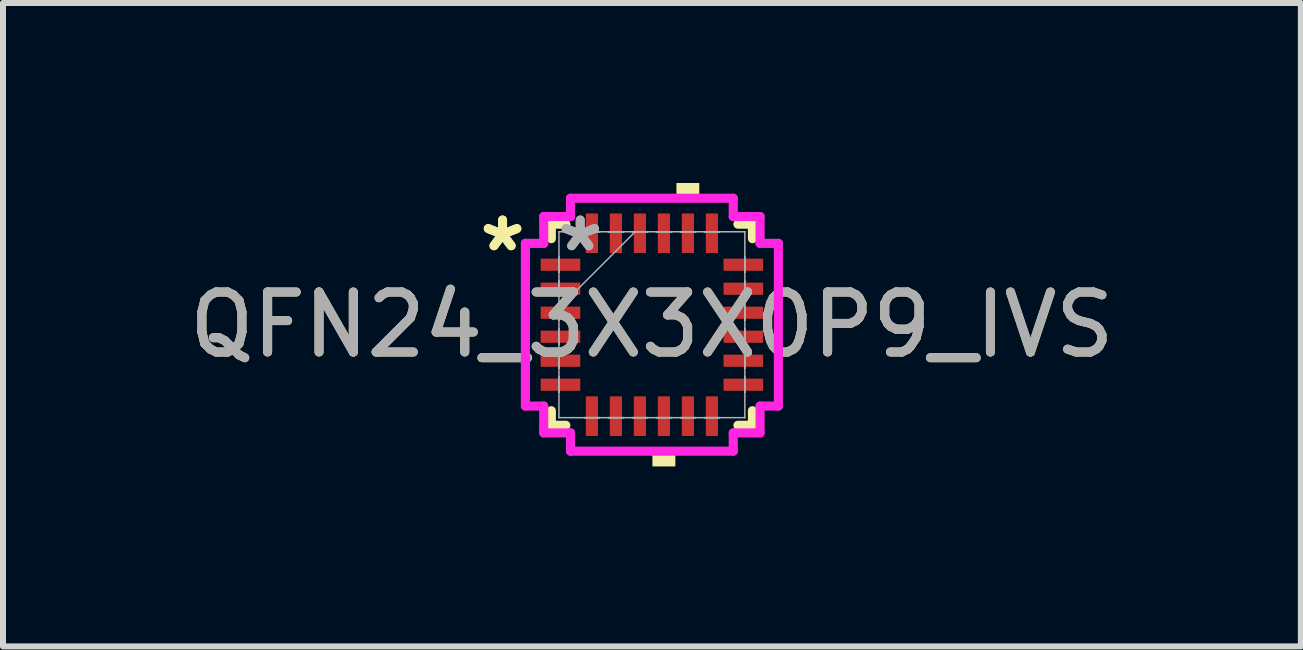
<source format=kicad_pcb>
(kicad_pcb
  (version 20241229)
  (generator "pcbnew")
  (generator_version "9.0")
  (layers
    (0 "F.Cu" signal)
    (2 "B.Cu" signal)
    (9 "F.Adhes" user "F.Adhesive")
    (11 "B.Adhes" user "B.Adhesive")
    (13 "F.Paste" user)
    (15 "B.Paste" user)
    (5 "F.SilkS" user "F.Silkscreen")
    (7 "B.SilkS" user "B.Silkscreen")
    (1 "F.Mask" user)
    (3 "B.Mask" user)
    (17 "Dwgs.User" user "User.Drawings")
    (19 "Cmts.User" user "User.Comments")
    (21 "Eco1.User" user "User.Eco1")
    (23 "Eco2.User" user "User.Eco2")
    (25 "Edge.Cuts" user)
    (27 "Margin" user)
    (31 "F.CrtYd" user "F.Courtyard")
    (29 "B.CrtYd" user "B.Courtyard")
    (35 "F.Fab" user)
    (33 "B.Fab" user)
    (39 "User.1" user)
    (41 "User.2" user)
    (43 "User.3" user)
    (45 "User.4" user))
  (footprint "QFN24_3X3X0P9_IVS"
    (layer "F.Cu")
    (at 7.815 2.362)
    (property "Reference" "QFN24_3X3X0P9_IVS" (at 0 0 0) (unlocked yes) (layer "F.SilkS") (effects (font (size 1 1) (thickness 0.15))))
    (attr smd)
    (fp_line (start -1.676 -1.676) (end -1.676 -1.434) (stroke (width 0.152) (type solid)) (layer "F.SilkS"))
    (fp_line (start -1.676 1.434) (end -1.676 1.676) (stroke (width 0.152) (type solid)) (layer "F.SilkS"))
    (fp_line (start -1.676 1.676) (end -1.434 1.676) (stroke (width 0.152) (type solid)) (layer "F.SilkS"))
    (fp_line (start -1.434 -1.676) (end -1.676 -1.676) (stroke (width 0.152) (type solid)) (layer "F.SilkS"))
    (fp_line (start 1.434 1.676) (end 1.676 1.676) (stroke (width 0.152) (type solid)) (layer "F.SilkS"))
    (fp_line (start 1.676 -1.676) (end 1.434 -1.676) (stroke (width 0.152) (type solid)) (layer "F.SilkS"))
    (fp_line (start 1.676 -1.434) (end 1.676 -1.676) (stroke (width 0.152) (type solid)) (layer "F.SilkS"))
    (fp_line (start 1.676 1.676) (end 1.676 1.434) (stroke (width 0.152) (type solid)) (layer "F.SilkS"))
    (fp_poly (pts (xy 0.009 2.108) (xy 0.009 2.362) (xy 0.391 2.362) (xy 0.391 2.108)) (stroke (width 0) (type solid)) (fill yes) (layer "F.SilkS"))
    (fp_poly (pts (xy 0.409 -2.108) (xy 0.409 -2.362) (xy 0.79 -2.362) (xy 0.79 -2.108)) (stroke (width 0) (type solid)) (fill yes) (layer "F.SilkS"))
    (fp_line (start -2.108 -1.356) (end -1.803 -1.356) (stroke (width 0.152) (type solid)) (layer "F.CrtYd"))
    (fp_line (start -2.108 1.356) (end -2.108 -1.356) (stroke (width 0.152) (type solid)) (layer "F.CrtYd"))
    (fp_line (start -1.803 -1.803) (end -1.356 -1.803) (stroke (width 0.152) (type solid)) (layer "F.CrtYd"))
    (fp_line (start -1.803 -1.356) (end -1.803 -1.803) (stroke (width 0.152) (type solid)) (layer "F.CrtYd"))
    (fp_line (start -1.803 1.356) (end -2.108 1.356) (stroke (width 0.152) (type solid)) (layer "F.CrtYd"))
    (fp_line (start -1.803 1.803) (end -1.803 1.356) (stroke (width 0.152) (type solid)) (layer "F.CrtYd"))
    (fp_line (start -1.356 -2.108) (end 1.356 -2.108) (stroke (width 0.152) (type solid)) (layer "F.CrtYd"))
    (fp_line (start -1.356 -1.803) (end -1.356 -2.108) (stroke (width 0.152) (type solid)) (layer "F.CrtYd"))
    (fp_line (start -1.356 1.803) (end -1.803 1.803) (stroke (width 0.152) (type solid)) (layer "F.CrtYd"))
    (fp_line (start -1.356 2.108) (end -1.356 1.803) (stroke (width 0.152) (type solid)) (layer "F.CrtYd"))
    (fp_line (start 1.356 -2.108) (end 1.356 -1.803) (stroke (width 0.152) (type solid)) (layer "F.CrtYd"))
    (fp_line (start 1.356 -1.803) (end 1.803 -1.803) (stroke (width 0.152) (type solid)) (layer "F.CrtYd"))
    (fp_line (start 1.356 1.803) (end 1.356 2.108) (stroke (width 0.152) (type solid)) (layer "F.CrtYd"))
    (fp_line (start 1.356 2.108) (end -1.356 2.108) (stroke (width 0.152) (type solid)) (layer "F.CrtYd"))
    (fp_line (start 1.803 -1.803) (end 1.803 -1.356) (stroke (width 0.152) (type solid)) (layer "F.CrtYd"))
    (fp_line (start 1.803 -1.356) (end 2.108 -1.356) (stroke (width 0.152) (type solid)) (layer "F.CrtYd"))
    (fp_line (start 1.803 1.356) (end 1.803 1.803) (stroke (width 0.152) (type solid)) (layer "F.CrtYd"))
    (fp_line (start 1.803 1.803) (end 1.356 1.803) (stroke (width 0.152) (type solid)) (layer "F.CrtYd"))
    (fp_line (start 2.108 -1.356) (end 2.108 1.356) (stroke (width 0.152) (type solid)) (layer "F.CrtYd"))
    (fp_line (start 2.108 1.356) (end 1.803 1.356) (stroke (width 0.152) (type solid)) (layer "F.CrtYd"))
    (fp_line (start -1.549 -1.549) (end -1.549 -1.549) (stroke (width 0.025) (type solid)) (layer "F.Fab"))
    (fp_line (start -1.549 -1.549) (end -1.549 1.549) (stroke (width 0.025) (type solid)) (layer "F.Fab"))
    (fp_line (start -1.549 -1.127) (end -1.549 -1.127) (stroke (width 0.025) (type solid)) (layer "F.Fab"))
    (fp_line (start -1.549 -1.127) (end -1.549 -0.873) (stroke (width 0.025) (type solid)) (layer "F.Fab"))
    (fp_line (start -1.549 -0.873) (end -1.549 -1.127) (stroke (width 0.025) (type solid)) (layer "F.Fab"))
    (fp_line (start -1.549 -0.873) (end -1.549 -0.873) (stroke (width 0.025) (type solid)) (layer "F.Fab"))
    (fp_line (start -1.549 -0.727) (end -1.549 -0.727) (stroke (width 0.025) (type solid)) (layer "F.Fab"))
    (fp_line (start -1.549 -0.727) (end -1.549 -0.473) (stroke (width 0.025) (type solid)) (layer "F.Fab"))
    (fp_line (start -1.549 -0.473) (end -1.549 -0.727) (stroke (width 0.025) (type solid)) (layer "F.Fab"))
    (fp_line (start -1.549 -0.473) (end -1.549 -0.473) (stroke (width 0.025) (type solid)) (layer "F.Fab"))
    (fp_line (start -1.549 -0.327) (end -1.549 -0.327) (stroke (width 0.025) (type solid)) (layer "F.Fab"))
    (fp_line (start -1.549 -0.327) (end -1.549 -0.073) (stroke (width 0.025) (type solid)) (layer "F.Fab"))
    (fp_line (start -1.549 -0.279) (end -0.279 -1.549) (stroke (width 0.025) (type solid)) (layer "F.Fab"))
    (fp_line (start -1.549 -0.073) (end -1.549 -0.327) (stroke (width 0.025) (type solid)) (layer "F.Fab"))
    (fp_line (start -1.549 -0.073) (end -1.549 -0.073) (stroke (width 0.025) (type solid)) (layer "F.Fab"))
    (fp_line (start -1.549 0.073) (end -1.549 0.073) (stroke (width 0.025) (type solid)) (layer "F.Fab"))
    (fp_line (start -1.549 0.073) (end -1.549 0.327) (stroke (width 0.025) (type solid)) (layer "F.Fab"))
    (fp_line (start -1.549 0.327) (end -1.549 0.073) (stroke (width 0.025) (type solid)) (layer "F.Fab"))
    (fp_line (start -1.549 0.327) (end -1.549 0.327) (stroke (width 0.025) (type solid)) (layer "F.Fab"))
    (fp_line (start -1.549 0.473) (end -1.549 0.473) (stroke (width 0.025) (type solid)) (layer "F.Fab"))
    (fp_line (start -1.549 0.473) (end -1.549 0.727) (stroke (width 0.025) (type solid)) (layer "F.Fab"))
    (fp_line (start -1.549 0.727) (end -1.549 0.473) (stroke (width 0.025) (type solid)) (layer "F.Fab"))
    (fp_line (start -1.549 0.727) (end -1.549 0.727) (stroke (width 0.025) (type solid)) (layer "F.Fab"))
    (fp_line (start -1.549 0.873) (end -1.549 0.873) (stroke (width 0.025) (type solid)) (layer "F.Fab"))
    (fp_line (start -1.549 0.873) (end -1.549 1.127) (stroke (width 0.025) (type solid)) (layer "F.Fab"))
    (fp_line (start -1.549 1.127) (end -1.549 0.873) (stroke (width 0.025) (type solid)) (layer "F.Fab"))
    (fp_line (start -1.549 1.127) (end -1.549 1.127) (stroke (width 0.025) (type solid)) (layer "F.Fab"))
    (fp_line (start -1.549 1.549) (end -1.549 1.549) (stroke (width 0.025) (type solid)) (layer "F.Fab"))
    (fp_line (start -1.549 1.549) (end 1.549 1.549) (stroke (width 0.025) (type solid)) (layer "F.Fab"))
    (fp_line (start -1.127 -1.549) (end -1.127 -1.549) (stroke (width 0.025) (type solid)) (layer "F.Fab"))
    (fp_line (start -1.127 -1.549) (end -0.873 -1.549) (stroke (width 0.025) (type solid)) (layer "F.Fab"))
    (fp_line (start -1.127 1.549) (end -1.127 1.549) (stroke (width 0.025) (type solid)) (layer "F.Fab"))
    (fp_line (start -1.127 1.549) (end -0.873 1.549) (stroke (width 0.025) (type solid)) (layer "F.Fab"))
    (fp_line (start -0.873 -1.549) (end -1.127 -1.549) (stroke (width 0.025) (type solid)) (layer "F.Fab"))
    (fp_line (start -0.873 -1.549) (end -0.873 -1.549) (stroke (width 0.025) (type solid)) (layer "F.Fab"))
    (fp_line (start -0.873 1.549) (end -1.127 1.549) (stroke (width 0.025) (type solid)) (layer "F.Fab"))
    (fp_line (start -0.873 1.549) (end -0.873 1.549) (stroke (width 0.025) (type solid)) (layer "F.Fab"))
    (fp_line (start -0.727 -1.549) (end -0.727 -1.549) (stroke (width 0.025) (type solid)) (layer "F.Fab"))
    (fp_line (start -0.727 -1.549) (end -0.473 -1.549) (stroke (width 0.025) (type solid)) (layer "F.Fab"))
    (fp_line (start -0.727 1.549) (end -0.727 1.549) (stroke (width 0.025) (type solid)) (layer "F.Fab"))
    (fp_line (start -0.727 1.549) (end -0.473 1.549) (stroke (width 0.025) (type solid)) (layer "F.Fab"))
    (fp_line (start -0.473 -1.549) (end -0.727 -1.549) (stroke (width 0.025) (type solid)) (layer "F.Fab"))
    (fp_line (start -0.473 -1.549) (end -0.473 -1.549) (stroke (width 0.025) (type solid)) (layer "F.Fab"))
    (fp_line (start -0.473 1.549) (end -0.727 1.549) (stroke (width 0.025) (type solid)) (layer "F.Fab"))
    (fp_line (start -0.473 1.549) (end -0.473 1.549) (stroke (width 0.025) (type solid)) (layer "F.Fab"))
    (fp_line (start -0.327 -1.549) (end -0.327 -1.549) (stroke (width 0.025) (type solid)) (layer "F.Fab"))
    (fp_line (start -0.327 -1.549) (end -0.073 -1.549) (stroke (width 0.025) (type solid)) (layer "F.Fab"))
    (fp_line (start -0.327 1.549) (end -0.327 1.549) (stroke (width 0.025) (type solid)) (layer "F.Fab"))
    (fp_line (start -0.327 1.549) (end -0.073 1.549) (stroke (width 0.025) (type solid)) (layer "F.Fab"))
    (fp_line (start -0.073 -1.549) (end -0.327 -1.549) (stroke (width 0.025) (type solid)) (layer "F.Fab"))
    (fp_line (start -0.073 -1.549) (end -0.073 -1.549) (stroke (width 0.025) (type solid)) (layer "F.Fab"))
    (fp_line (start -0.073 1.549) (end -0.327 1.549) (stroke (width 0.025) (type solid)) (layer "F.Fab"))
    (fp_line (start -0.073 1.549) (end -0.073 1.549) (stroke (width 0.025) (type solid)) (layer "F.Fab"))
    (fp_line (start 0.073 -1.549) (end 0.073 -1.549) (stroke (width 0.025) (type solid)) (layer "F.Fab"))
    (fp_line (start 0.073 -1.549) (end 0.327 -1.549) (stroke (width 0.025) (type solid)) (layer "F.Fab"))
    (fp_line (start 0.073 1.549) (end 0.073 1.549) (stroke (width 0.025) (type solid)) (layer "F.Fab"))
    (fp_line (start 0.073 1.549) (end 0.327 1.549) (stroke (width 0.025) (type solid)) (layer "F.Fab"))
    (fp_line (start 0.327 -1.549) (end 0.073 -1.549) (stroke (width 0.025) (type solid)) (layer "F.Fab"))
    (fp_line (start 0.327 -1.549) (end 0.327 -1.549) (stroke (width 0.025) (type solid)) (layer "F.Fab"))
    (fp_line (start 0.327 1.549) (end 0.073 1.549) (stroke (width 0.025) (type solid)) (layer "F.Fab"))
    (fp_line (start 0.327 1.549) (end 0.327 1.549) (stroke (width 0.025) (type solid)) (layer "F.Fab"))
    (fp_line (start 0.473 -1.549) (end 0.473 -1.549) (stroke (width 0.025) (type solid)) (layer "F.Fab"))
    (fp_line (start 0.473 -1.549) (end 0.727 -1.549) (stroke (width 0.025) (type solid)) (layer "F.Fab"))
    (fp_line (start 0.473 1.549) (end 0.473 1.549) (stroke (width 0.025) (type solid)) (layer "F.Fab"))
    (fp_line (start 0.473 1.549) (end 0.727 1.549) (stroke (width 0.025) (type solid)) (layer "F.Fab"))
    (fp_line (start 0.727 -1.549) (end 0.473 -1.549) (stroke (width 0.025) (type solid)) (layer "F.Fab"))
    (fp_line (start 0.727 -1.549) (end 0.727 -1.549) (stroke (width 0.025) (type solid)) (layer "F.Fab"))
    (fp_line (start 0.727 1.549) (end 0.473 1.549) (stroke (width 0.025) (type solid)) (layer "F.Fab"))
    (fp_line (start 0.727 1.549) (end 0.727 1.549) (stroke (width 0.025) (type solid)) (layer "F.Fab"))
    (fp_line (start 0.873 -1.549) (end 0.873 -1.549) (stroke (width 0.025) (type solid)) (layer "F.Fab"))
    (fp_line (start 0.873 -1.549) (end 1.127 -1.549) (stroke (width 0.025) (type solid)) (layer "F.Fab"))
    (fp_line (start 0.873 1.549) (end 0.873 1.549) (stroke (width 0.025) (type solid)) (layer "F.Fab"))
    (fp_line (start 0.873 1.549) (end 1.127 1.549) (stroke (width 0.025) (type solid)) (layer "F.Fab"))
    (fp_line (start 1.127 -1.549) (end 0.873 -1.549) (stroke (width 0.025) (type solid)) (layer "F.Fab"))
    (fp_line (start 1.127 -1.549) (end 1.127 -1.549) (stroke (width 0.025) (type solid)) (layer "F.Fab"))
    (fp_line (start 1.127 1.549) (end 0.873 1.549) (stroke (width 0.025) (type solid)) (layer "F.Fab"))
    (fp_line (start 1.127 1.549) (end 1.127 1.549) (stroke (width 0.025) (type solid)) (layer "F.Fab"))
    (fp_line (start 1.549 -1.549) (end -1.549 -1.549) (stroke (width 0.025) (type solid)) (layer "F.Fab"))
    (fp_line (start 1.549 -1.549) (end 1.549 -1.549) (stroke (width 0.025) (type solid)) (layer "F.Fab"))
    (fp_line (start 1.549 -1.127) (end 1.549 -1.127) (stroke (width 0.025) (type solid)) (layer "F.Fab"))
    (fp_line (start 1.549 -1.127) (end 1.549 -0.873) (stroke (width 0.025) (type solid)) (layer "F.Fab"))
    (fp_line (start 1.549 -0.873) (end 1.549 -1.127) (stroke (width 0.025) (type solid)) (layer "F.Fab"))
    (fp_line (start 1.549 -0.873) (end 1.549 -0.873) (stroke (width 0.025) (type solid)) (layer "F.Fab"))
    (fp_line (start 1.549 -0.727) (end 1.549 -0.727) (stroke (width 0.025) (type solid)) (layer "F.Fab"))
    (fp_line (start 1.549 -0.727) (end 1.549 -0.473) (stroke (width 0.025) (type solid)) (layer "F.Fab"))
    (fp_line (start 1.549 -0.473) (end 1.549 -0.727) (stroke (width 0.025) (type solid)) (layer "F.Fab"))
    (fp_line (start 1.549 -0.473) (end 1.549 -0.473) (stroke (width 0.025) (type solid)) (layer "F.Fab"))
    (fp_line (start 1.549 -0.327) (end 1.549 -0.327) (stroke (width 0.025) (type solid)) (layer "F.Fab"))
    (fp_line (start 1.549 -0.327) (end 1.549 -0.073) (stroke (width 0.025) (type solid)) (layer "F.Fab"))
    (fp_line (start 1.549 -0.073) (end 1.549 -0.327) (stroke (width 0.025) (type solid)) (layer "F.Fab"))
    (fp_line (start 1.549 -0.073) (end 1.549 -0.073) (stroke (width 0.025) (type solid)) (layer "F.Fab"))
    (fp_line (start 1.549 0.073) (end 1.549 0.073) (stroke (width 0.025) (type solid)) (layer "F.Fab"))
    (fp_line (start 1.549 0.073) (end 1.549 0.327) (stroke (width 0.025) (type solid)) (layer "F.Fab"))
    (fp_line (start 1.549 0.327) (end 1.549 0.073) (stroke (width 0.025) (type solid)) (layer "F.Fab"))
    (fp_line (start 1.549 0.327) (end 1.549 0.327) (stroke (width 0.025) (type solid)) (layer "F.Fab"))
    (fp_line (start 1.549 0.473) (end 1.549 0.473) (stroke (width 0.025) (type solid)) (layer "F.Fab"))
    (fp_line (start 1.549 0.473) (end 1.549 0.727) (stroke (width 0.025) (type solid)) (layer "F.Fab"))
    (fp_line (start 1.549 0.727) (end 1.549 0.473) (stroke (width 0.025) (type solid)) (layer "F.Fab"))
    (fp_line (start 1.549 0.727) (end 1.549 0.727) (stroke (width 0.025) (type solid)) (layer "F.Fab"))
    (fp_line (start 1.549 0.873) (end 1.549 0.873) (stroke (width 0.025) (type solid)) (layer "F.Fab"))
    (fp_line (start 1.549 0.873) (end 1.549 1.127) (stroke (width 0.025) (type solid)) (layer "F.Fab"))
    (fp_line (start 1.549 1.127) (end 1.549 0.873) (stroke (width 0.025) (type solid)) (layer "F.Fab"))
    (fp_line (start 1.549 1.127) (end 1.549 1.127) (stroke (width 0.025) (type solid)) (layer "F.Fab"))
    (fp_line (start 1.549 1.549) (end 1.549 -1.549) (stroke (width 0.025) (type solid)) (layer "F.Fab"))
    (fp_line (start 1.549 1.549) (end 1.549 1.549) (stroke (width 0.025) (type solid)) (layer "F.Fab"))
    (fp_text user "*" (at -2.489 -1.2 0) (layer "F.SilkS") (effects (font (size 1 1) (thickness 0.15))))
    (fp_text user "*" (at -2.489 -1.2 0) (unlocked yes) (layer "F.SilkS") (effects (font (size 1 1) (thickness 0.15))))
    (fp_text user "*" (at -1.194 -1.2 0) (unlocked yes) (layer "F.Fab") (effects (font (size 1 1) (thickness 0.15))))
    (fp_text user "${REFERENCE}" (at 0 0 0) (unlocked yes) (layer "F.Fab") (effects (font (size 1 1) (thickness 0.15))))
    (fp_text user "*" (at -1.194 -1.2 0) (layer "F.Fab") (effects (font (size 1 1) (thickness 0.15))))
    (pad "1" smd rect (at -1.524 -1 90) (size 0.203 0.66) (layers "F.Cu" "F.Mask" "F.Paste"))
    (pad "2" smd rect (at -1.524 -0.6 90) (size 0.203 0.66) (layers "F.Cu" "F.Mask" "F.Paste"))
    (pad "3" smd rect (at -1.524 -0.2 90) (size 0.203 0.66) (layers "F.Cu" "F.Mask" "F.Paste"))
    (pad "4" smd rect (at -1.524 0.2 90) (size 0.203 0.66) (layers "F.Cu" "F.Mask" "F.Paste"))
    (pad "5" smd rect (at -1.524 0.6 90) (size 0.203 0.66) (layers "F.Cu" "F.Mask" "F.Paste"))
    (pad "6" smd rect (at -1.524 1 90) (size 0.203 0.66) (layers "F.Cu" "F.Mask" "F.Paste"))
    (pad "7" smd rect (at -1 1.524) (size 0.203 0.66) (layers "F.Cu" "F.Mask" "F.Paste"))
    (pad "8" smd rect (at -0.6 1.524) (size 0.203 0.66) (layers "F.Cu" "F.Mask" "F.Paste"))
    (pad "9" smd rect (at -0.2 1.524) (size 0.203 0.66) (layers "F.Cu" "F.Mask" "F.Paste"))
    (pad "10" smd rect (at 0.2 1.524) (size 0.203 0.66) (layers "F.Cu" "F.Mask" "F.Paste"))
    (pad "11" smd rect (at 0.6 1.524) (size 0.203 0.66) (layers "F.Cu" "F.Mask" "F.Paste"))
    (pad "12" smd rect (at 1 1.524) (size 0.203 0.66) (layers "F.Cu" "F.Mask" "F.Paste"))
    (pad "13" smd rect (at 1.524 1 90) (size 0.203 0.66) (layers "F.Cu" "F.Mask" "F.Paste"))
    (pad "14" smd rect (at 1.524 0.6 90) (size 0.203 0.66) (layers "F.Cu" "F.Mask" "F.Paste"))
    (pad "15" smd rect (at 1.524 0.2 90) (size 0.203 0.66) (layers "F.Cu" "F.Mask" "F.Paste"))
    (pad "16" smd rect (at 1.524 -0.2 90) (size 0.203 0.66) (layers "F.Cu" "F.Mask" "F.Paste"))
    (pad "17" smd rect (at 1.524 -0.6 90) (size 0.203 0.66) (layers "F.Cu" "F.Mask" "F.Paste"))
    (pad "18" smd rect (at 1.524 -1 90) (size 0.203 0.66) (layers "F.Cu" "F.Mask" "F.Paste"))
    (pad "19" smd rect (at 1 -1.524) (size 0.203 0.66) (layers "F.Cu" "F.Mask" "F.Paste"))
    (pad "20" smd rect (at 0.6 -1.524) (size 0.203 0.66) (layers "F.Cu" "F.Mask" "F.Paste"))
    (pad "21" smd rect (at 0.2 -1.524) (size 0.203 0.66) (layers "F.Cu" "F.Mask" "F.Paste"))
    (pad "22" smd rect (at -0.2 -1.524) (size 0.203 0.66) (layers "F.Cu" "F.Mask" "F.Paste"))
    (pad "23" smd rect (at -0.6 -1.524) (size 0.203 0.66) (layers "F.Cu" "F.Mask" "F.Paste"))
    (pad "24" smd rect (at -1 -1.524) (size 0.203 0.66) (layers "F.Cu" "F.Mask" "F.Paste"))
    (zone (net_name "") (layer "F.Cu") (hatch full 0.508) (connect_pads) (min_thickness 0.254) (filled_areas_thickness no) (keepout (tracks not_allowed) (vias not_allowed) (pads allowed) (copperpour not_allowed) (footprints allowed)) (placement (enabled no)) (fill) (polygon (pts (xy 7.015 1.562) (xy 8.616 1.562) (xy 8.616 3.162) (xy 7.015 3.162)))))
  (gr_rect
    (start -3 -3)
    (end 18.631 7.724)
    (stroke (width 0.1) (type default))
    (fill no)
    (layer "Edge.Cuts")))
</source>
